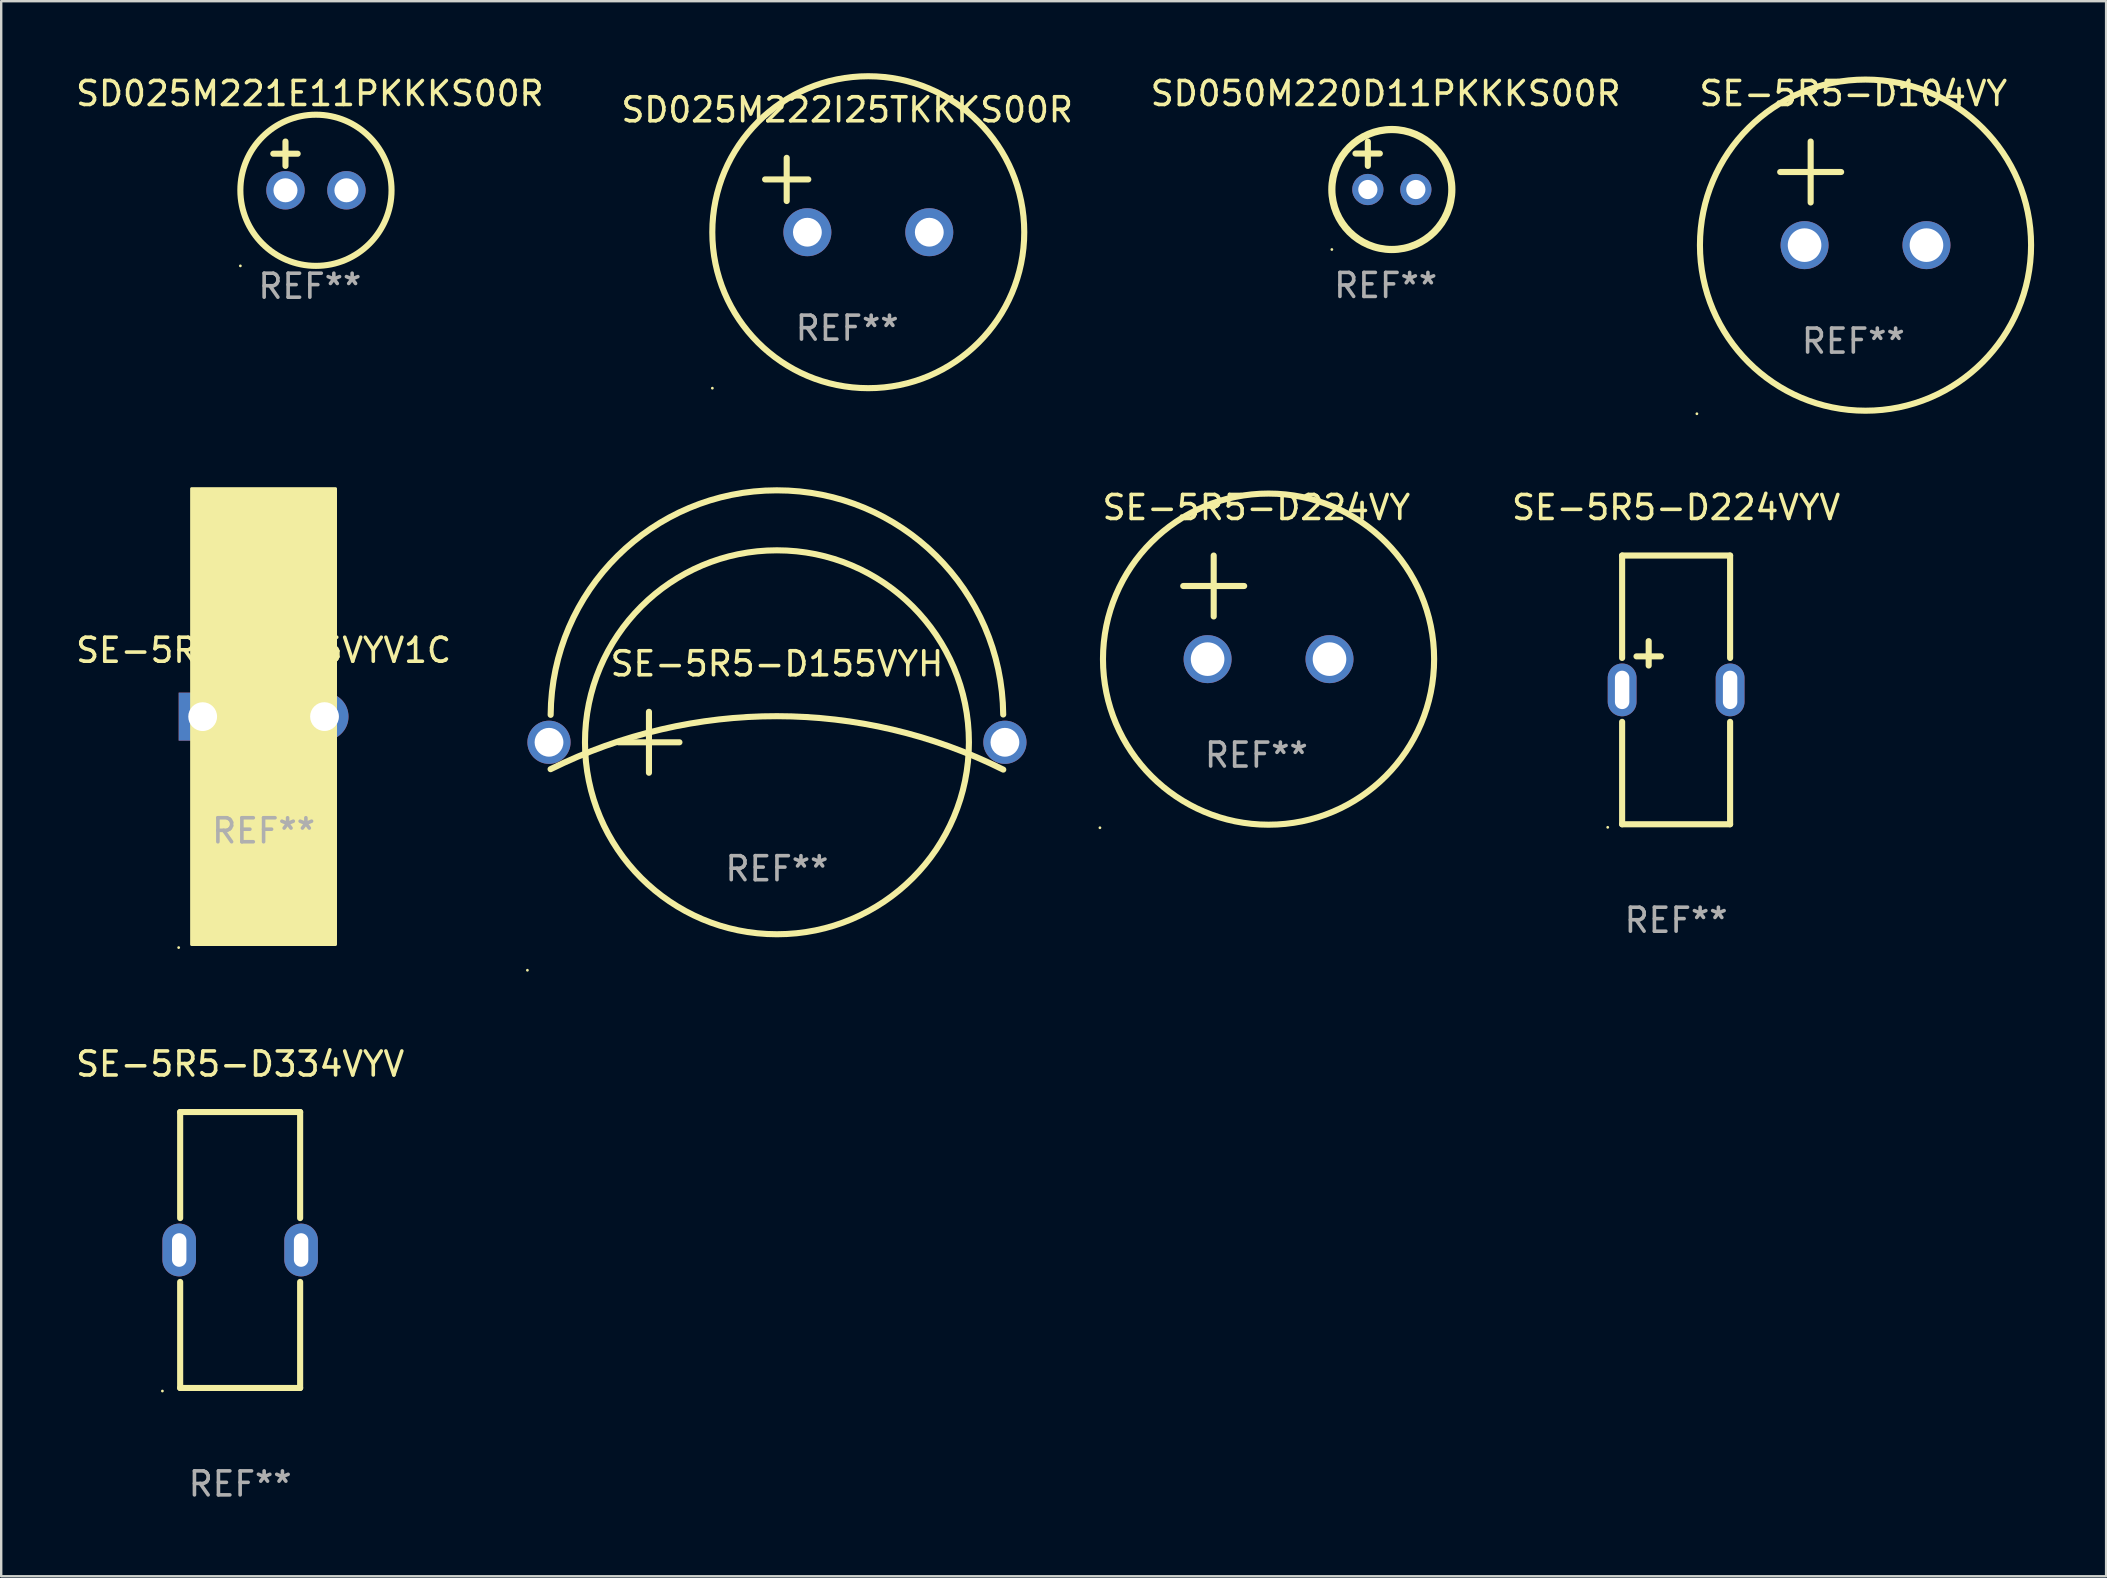
<source format=kicad_pcb>
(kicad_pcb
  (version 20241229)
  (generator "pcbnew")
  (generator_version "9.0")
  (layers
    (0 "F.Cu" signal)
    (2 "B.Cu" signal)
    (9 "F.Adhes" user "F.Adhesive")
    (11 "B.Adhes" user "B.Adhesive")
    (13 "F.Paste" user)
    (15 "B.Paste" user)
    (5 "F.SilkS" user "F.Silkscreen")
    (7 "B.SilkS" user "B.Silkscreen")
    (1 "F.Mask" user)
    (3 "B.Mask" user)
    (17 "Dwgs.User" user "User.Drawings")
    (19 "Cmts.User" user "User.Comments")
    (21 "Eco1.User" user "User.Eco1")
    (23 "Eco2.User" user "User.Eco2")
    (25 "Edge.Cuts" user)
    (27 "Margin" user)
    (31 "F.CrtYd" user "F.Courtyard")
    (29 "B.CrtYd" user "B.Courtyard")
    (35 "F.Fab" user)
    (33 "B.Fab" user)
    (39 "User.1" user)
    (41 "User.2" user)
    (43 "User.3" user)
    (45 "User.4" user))
  (footprint "SE-5R5-D105VYV1C"
    (layer "F.Cu")
    (at 7.935 26.813)
    (property "Reference" "SE-5R5-D105VYV1C" (at 0 -2.762 0) (layer "F.SilkS") (effects (font (size 1 1) (thickness 0.15))))
    (attr through_hole)
    (fp_line (start -1.271 -0.762) (end -1.271 0.762) (stroke (width 0.254) (type solid)) (layer "F.SilkS"))
    (fp_line (start -1.271 0.762) (end -0.509 0) (stroke (width 0.254) (type solid)) (layer "F.SilkS"))
    (fp_line (start -0.509 0) (end -1.271 -0.762) (stroke (width 0.254) (type solid)) (layer "F.SilkS"))
    (fp_line (start -0.382 -0.762) (end -0.382 0.762) (stroke (width 0.254) (type solid)) (layer "F.SilkS"))
    (fp_line (start -0.382 0.762) (end 0.38 0) (stroke (width 0.254) (type solid)) (layer "F.SilkS"))
    (fp_line (start 0.38 0) (end -0.382 -0.762) (stroke (width 0.254) (type solid)) (layer "F.SilkS"))
    (fp_line (start 0.507 -0.762) (end 0.507 0.762) (stroke (width 0.254) (type solid)) (layer "F.SilkS"))
    (fp_line (start 0.507 0.762) (end 1.269 0) (stroke (width 0.254) (type solid)) (layer "F.SilkS"))
    (fp_line (start 1.269 0) (end 0.507 -0.762) (stroke (width 0.254) (type solid)) (layer "F.SilkS"))
    (fp_circle (center -3.539 9.627) (end -3.509 9.627) (stroke (width 0.06) (type solid)) (fill no) (layer "F.SilkS"))
    (fp_poly (pts (xy -3.001 -9.5) (xy 2.999 -9.5) (xy 2.999 9.5) (xy -3.001 9.5)) (stroke (width 0.12) (type solid)) (fill yes) (layer "F.SilkS"))
    (fp_text user "REF**" (at 0 4.762 0) (layer "F.Fab") (effects (font (size 1 1) (thickness 0.15))))
    (pad "1" thru_hole rect (at -2.539 0.002) (size 2 2) (drill 1.2) (layers "*.Cu" "*.Mask"))
    (pad "2" thru_hole circle (at 2.539 0) (size 2 2) (drill 1.2) (layers "*.Cu" "*.Mask")))
  (footprint "SD025M222I25TKKKS00R"
    (layer "F.Cu")
    (at 32.256 5.077)
    (property "Reference" "SD025M222I25TKKKS00R" (at 0 -3.55 0) (layer "F.SilkS") (effects (font (size 1 1) (thickness 0.15))))
    (attr through_hole)
    (fp_line (start -3.421 -0.65) (end -1.621 -0.65) (stroke (width 0.254) (type solid)) (layer "F.SilkS"))
    (fp_line (start -2.521 -1.55) (end -2.521 0.25) (stroke (width 0.254) (type solid)) (layer "F.SilkS"))
    (fp_circle (center -5.619 8.05) (end -5.589 8.05) (stroke (width 0.06) (type solid)) (fill no) (layer "F.SilkS"))
    (fp_circle (center 0.879 1.55) (end 7.379 1.55) (stroke (width 0.254) (type solid)) (fill no) (layer "F.SilkS"))
    (fp_text user "REF**" (at 0 5.55 0) (layer "F.Fab") (effects (font (size 1 1) (thickness 0.15))))
    (pad "1" thru_hole circle (at -1.659 1.55) (size 2 2) (drill 1.2) (layers "*.Cu" "*.Mask"))
    (pad "2" thru_hole circle (at 3.421 1.55) (size 2 2) (drill 1.2) (layers "*.Cu" "*.Mask")))
  (footprint "SE-5R5-D334VYV"
    (layer "F.Cu")
    (at 6.958 49.043)
    (property "Reference" "SE-5R5-D334VYV" (at 0 -7.75 0) (layer "F.SilkS") (effects (font (size 1 1) (thickness 0.15))))
    (attr through_hole)
    (fp_line (start -2.5 -5.75) (end -2.5 -1.33) (stroke (width 0.254) (type solid)) (layer "F.SilkS"))
    (fp_line (start -2.5 -5.75) (end 2.5 -5.75) (stroke (width 0.254) (type solid)) (layer "F.SilkS"))
    (fp_line (start -2.5 1.33) (end -2.5 5.75) (stroke (width 0.254) (type solid)) (layer "F.SilkS"))
    (fp_line (start 2.5 -5.75) (end 2.5 -1.33) (stroke (width 0.254) (type solid)) (layer "F.SilkS"))
    (fp_line (start 2.5 1.33) (end 2.5 5.75) (stroke (width 0.254) (type solid)) (layer "F.SilkS"))
    (fp_line (start 2.5 5.75) (end -2.5 5.75) (stroke (width 0.254) (type solid)) (layer "F.SilkS"))
    (fp_circle (center -3.24 5.877) (end -3.21 5.877) (stroke (width 0.06) (type solid)) (fill no) (layer "F.SilkS"))
    (fp_text user "+" (at -2.286 -1.709 0) (layer "B.Mask") (effects (font (size 1 1) (thickness 0.15))))
    (fp_text user "REF**" (at 0 9.75 0) (layer "F.Fab") (effects (font (size 1 1) (thickness 0.15))))
    (pad "1" thru_hole oval (at -2.54 0) (size 1.4 2.2) (drill oval 0.6 1.4) (layers "*.Cu" "*.Mask"))
    (pad "2" thru_hole oval (at 2.54 0) (size 1.4 2.2) (drill oval 0.6 1.4) (layers "*.Cu" "*.Mask")))
  (footprint "SE-5R5-D224VY"
    (layer "F.Cu")
    (at 49.308 22.26)
    (property "Reference" "SE-5R5-D224VY" (at 0 -4.159 0) (layer "F.SilkS") (effects (font (size 1 1) (thickness 0.15))))
    (attr through_hole)
    (fp_line (start -3.048 -0.889) (end -0.508 -0.889) (stroke (width 0.254) (type solid)) (layer "F.SilkS"))
    (fp_line (start -1.778 -2.159) (end -1.778 0.381) (stroke (width 0.254) (type solid)) (layer "F.SilkS"))
    (fp_circle (center -6.519 9.186) (end -6.489 9.186) (stroke (width 0.06) (type solid)) (fill no) (layer "F.SilkS"))
    (fp_circle (center 0.508 2.159) (end 7.408 2.159) (stroke (width 0.254) (type solid)) (fill no) (layer "F.SilkS"))
    (fp_text user "REF**" (at 0 6.159 0) (layer "F.Fab") (effects (font (size 1 1) (thickness 0.15))))
    (pad "1" thru_hole circle (at -2.032 2.159) (size 2 2) (drill 1.4) (layers "*.Cu" "*.Mask"))
    (pad "2" thru_hole circle (at 3.048 2.159) (size 2 2) (drill 1.4) (layers "*.Cu" "*.Mask")))
  (footprint "SD025M221E11PKKKS00R"
    (layer "F.Cu")
    (at 9.863 3.864)
    (property "Reference" "SD025M221E11PKKKS00R" (at 0 -3.016 0) (layer "F.SilkS") (effects (font (size 1 1) (thickness 0.15))))
    (attr through_hole)
    (fp_line (start -1.524 -0.508) (end -0.508 -0.508) (stroke (width 0.254) (type solid)) (layer "F.SilkS"))
    (fp_line (start -1.016 -1.016) (end -1.016 0) (stroke (width 0.254) (type solid)) (layer "F.SilkS"))
    (fp_circle (center -2.896 4.166) (end -2.866 4.166) (stroke (width 0.06) (type solid)) (fill no) (layer "F.SilkS"))
    (fp_circle (center 0.254 1.016) (end 3.404 1.016) (stroke (width 0.254) (type solid)) (fill no) (layer "F.SilkS"))
    (fp_text user "REF**" (at 0 5.016 0) (layer "F.Fab") (effects (font (size 1 1) (thickness 0.15))))
    (pad "1" thru_hole circle (at -1.016 1.016) (size 1.6 1.6) (drill 1) (layers "*.Cu" "*.Mask"))
    (pad "2" thru_hole circle (at 1.524 1.016) (size 1.6 1.6) (drill 1) (layers "*.Cu" "*.Mask")))
  (footprint "SE-5R5-D224VYV"
    (layer "F.Cu")
    (at 66.801 25.701)
    (property "Reference" "SE-5R5-D224VYV" (at 0 -7.6 0) (layer "F.SilkS") (effects (font (size 1 1) (thickness 0.15))))
    (attr through_hole)
    (fp_line (start -2.25 -5.6) (end -2.25 -1.331) (stroke (width 0.254) (type solid)) (layer "F.SilkS"))
    (fp_line (start -2.25 -5.6) (end 2.25 -5.6) (stroke (width 0.254) (type solid)) (layer "F.SilkS"))
    (fp_line (start -2.25 1.331) (end -2.25 5.6) (stroke (width 0.254) (type solid)) (layer "F.SilkS"))
    (fp_line (start -2.25 5.6) (end 2.25 5.6) (stroke (width 0.254) (type solid)) (layer "F.SilkS"))
    (fp_line (start -1.651 -1.397) (end -0.635 -1.397) (stroke (width 0.254) (type solid)) (layer "F.SilkS"))
    (fp_line (start -1.143 -2.032) (end -1.143 -1.016) (stroke (width 0.254) (type solid)) (layer "F.SilkS"))
    (fp_line (start 2.25 -5.6) (end 2.25 -1.331) (stroke (width 0.254) (type solid)) (layer "F.SilkS"))
    (fp_line (start 2.25 1.331) (end 2.25 5.6) (stroke (width 0.254) (type solid)) (layer "F.SilkS"))
    (fp_circle (center -2.85 5.727) (end -2.82 5.727) (stroke (width 0.06) (type solid)) (fill no) (layer "F.SilkS"))
    (fp_text user "REF**" (at 0 9.6 0) (layer "F.Fab") (effects (font (size 1 1) (thickness 0.15))))
    (pad "1" thru_hole oval (at -2.25 0) (size 1.2 2.2) (drill oval 0.6 1.6) (layers "*.Cu" "*.Mask"))
    (pad "2" thru_hole oval (at 2.25 0) (size 1.2 2.2) (drill oval 0.6 1.6) (layers "*.Cu" "*.Mask")))
  (footprint "SE-5R5-D104VY"
    (layer "F.Cu")
    (at 74.186 5.007)
    (property "Reference" "SE-5R5-D104VY" (at 0 -4.159 0) (layer "F.SilkS") (effects (font (size 1 1) (thickness 0.15))))
    (attr through_hole)
    (fp_line (start -3.048 -0.889) (end -0.508 -0.889) (stroke (width 0.254) (type solid)) (layer "F.SilkS"))
    (fp_line (start -1.778 -2.159) (end -1.778 0.381) (stroke (width 0.254) (type solid)) (layer "F.SilkS"))
    (fp_circle (center -6.519 9.186) (end -6.489 9.186) (stroke (width 0.06) (type solid)) (fill no) (layer "F.SilkS"))
    (fp_circle (center 0.508 2.159) (end 7.408 2.159) (stroke (width 0.254) (type solid)) (fill no) (layer "F.SilkS"))
    (fp_text user "REF**" (at 0 6.159 0) (layer "F.Fab") (effects (font (size 1 1) (thickness 0.15))))
    (pad "1" thru_hole circle (at -2.032 2.159) (size 2 2) (drill 1.4) (layers "*.Cu" "*.Mask"))
    (pad "2" thru_hole circle (at 3.048 2.159) (size 2 2) (drill 1.4) (layers "*.Cu" "*.Mask")))
  (footprint "SE-5R5-D155VYH"
    (layer "F.Cu")
    (at 29.329 27.884)
    (property "Reference" "SE-5R5-D155VYH" (at 0 -3.27 0) (layer "F.SilkS") (effects (font (size 1 1) (thickness 0.15))))
    (attr through_hole)
    (fp_line (start -6.604 0) (end -4.064 0) (stroke (width 0.254) (type solid)) (layer "F.SilkS"))
    (fp_line (start -5.334 -1.27) (end -5.334 1.27) (stroke (width 0.254) (type solid)) (layer "F.SilkS"))
    (fp_arc (start -9.434087 1.12065) (mid 0.000893 -1.087383) (end 9.4317 1.138405) (stroke (width 0.254001) (type solid)) (layer "F.SilkS"))
    (fp_arc (start -9.431013 -1.143865) (mid -0.007869 -10.504307) (end 9.429058 -1.15776) (stroke (width 0.254001) (type solid)) (layer "F.SilkS"))
    (fp_circle (center -10.4 9.5) (end -10.37 9.5) (stroke (width 0.06) (type solid)) (fill no) (layer "F.SilkS"))
    (fp_circle (center -0.000127 0) (end 8 0) (stroke (width 0.254) (type solid)) (fill no) (layer "F.SilkS"))
    (fp_text user "REF**" (at 0 5.27 0) (layer "F.Fab") (effects (font (size 1 1) (thickness 0.15))))
    (pad "1" thru_hole circle (at -9.5 0) (size 1.8 1.8) (drill 1.2) (layers "*.Cu" "*.Mask"))
    (pad "2" thru_hole circle (at 9.5 0) (size 1.8 1.8) (drill 1.2) (layers "*.Cu" "*.Mask")))
  (footprint "SD050M220D11PKKKS00R"
    (layer "F.Cu")
    (at 54.696 3.848)
    (property "Reference" "SD050M220D11PKKKS00R" (at 0 -3 0) (layer "F.SilkS") (effects (font (size 1 1) (thickness 0.15))))
    (attr through_hole)
    (fp_line (start -1.258 -0.5) (end -0.242 -0.5) (stroke (width 0.254) (type solid)) (layer "F.SilkS"))
    (fp_line (start -0.742 -1) (end -0.742 0.016) (stroke (width 0.254) (type solid)) (layer "F.SilkS"))
    (fp_circle (center -2.242 3.5) (end -2.212 3.5) (stroke (width 0.06) (type solid)) (fill no) (layer "F.SilkS"))
    (fp_circle (center 0.258 1) (end 2.758 1) (stroke (width 0.3) (type solid)) (fill no) (layer "F.SilkS"))
    (fp_text user "REF**" (at 0 5 0) (layer "F.Fab") (effects (font (size 1 1) (thickness 0.15))))
    (pad "1" thru_hole circle (at -0.742 1) (size 1.3 1.3) (drill 0.8) (layers "*.Cu" "*.Mask"))
    (pad "2" thru_hole circle (at 1.258 1) (size 1.3 1.3) (drill 0.8) (layers "*.Cu" "*.Mask")))
  (gr_rect
    (start -3 -3)
    (end 84.721 62.641)
    (stroke (width 0.1) (type default))
    (fill no)
    (layer "Edge.Cuts")))
</source>
